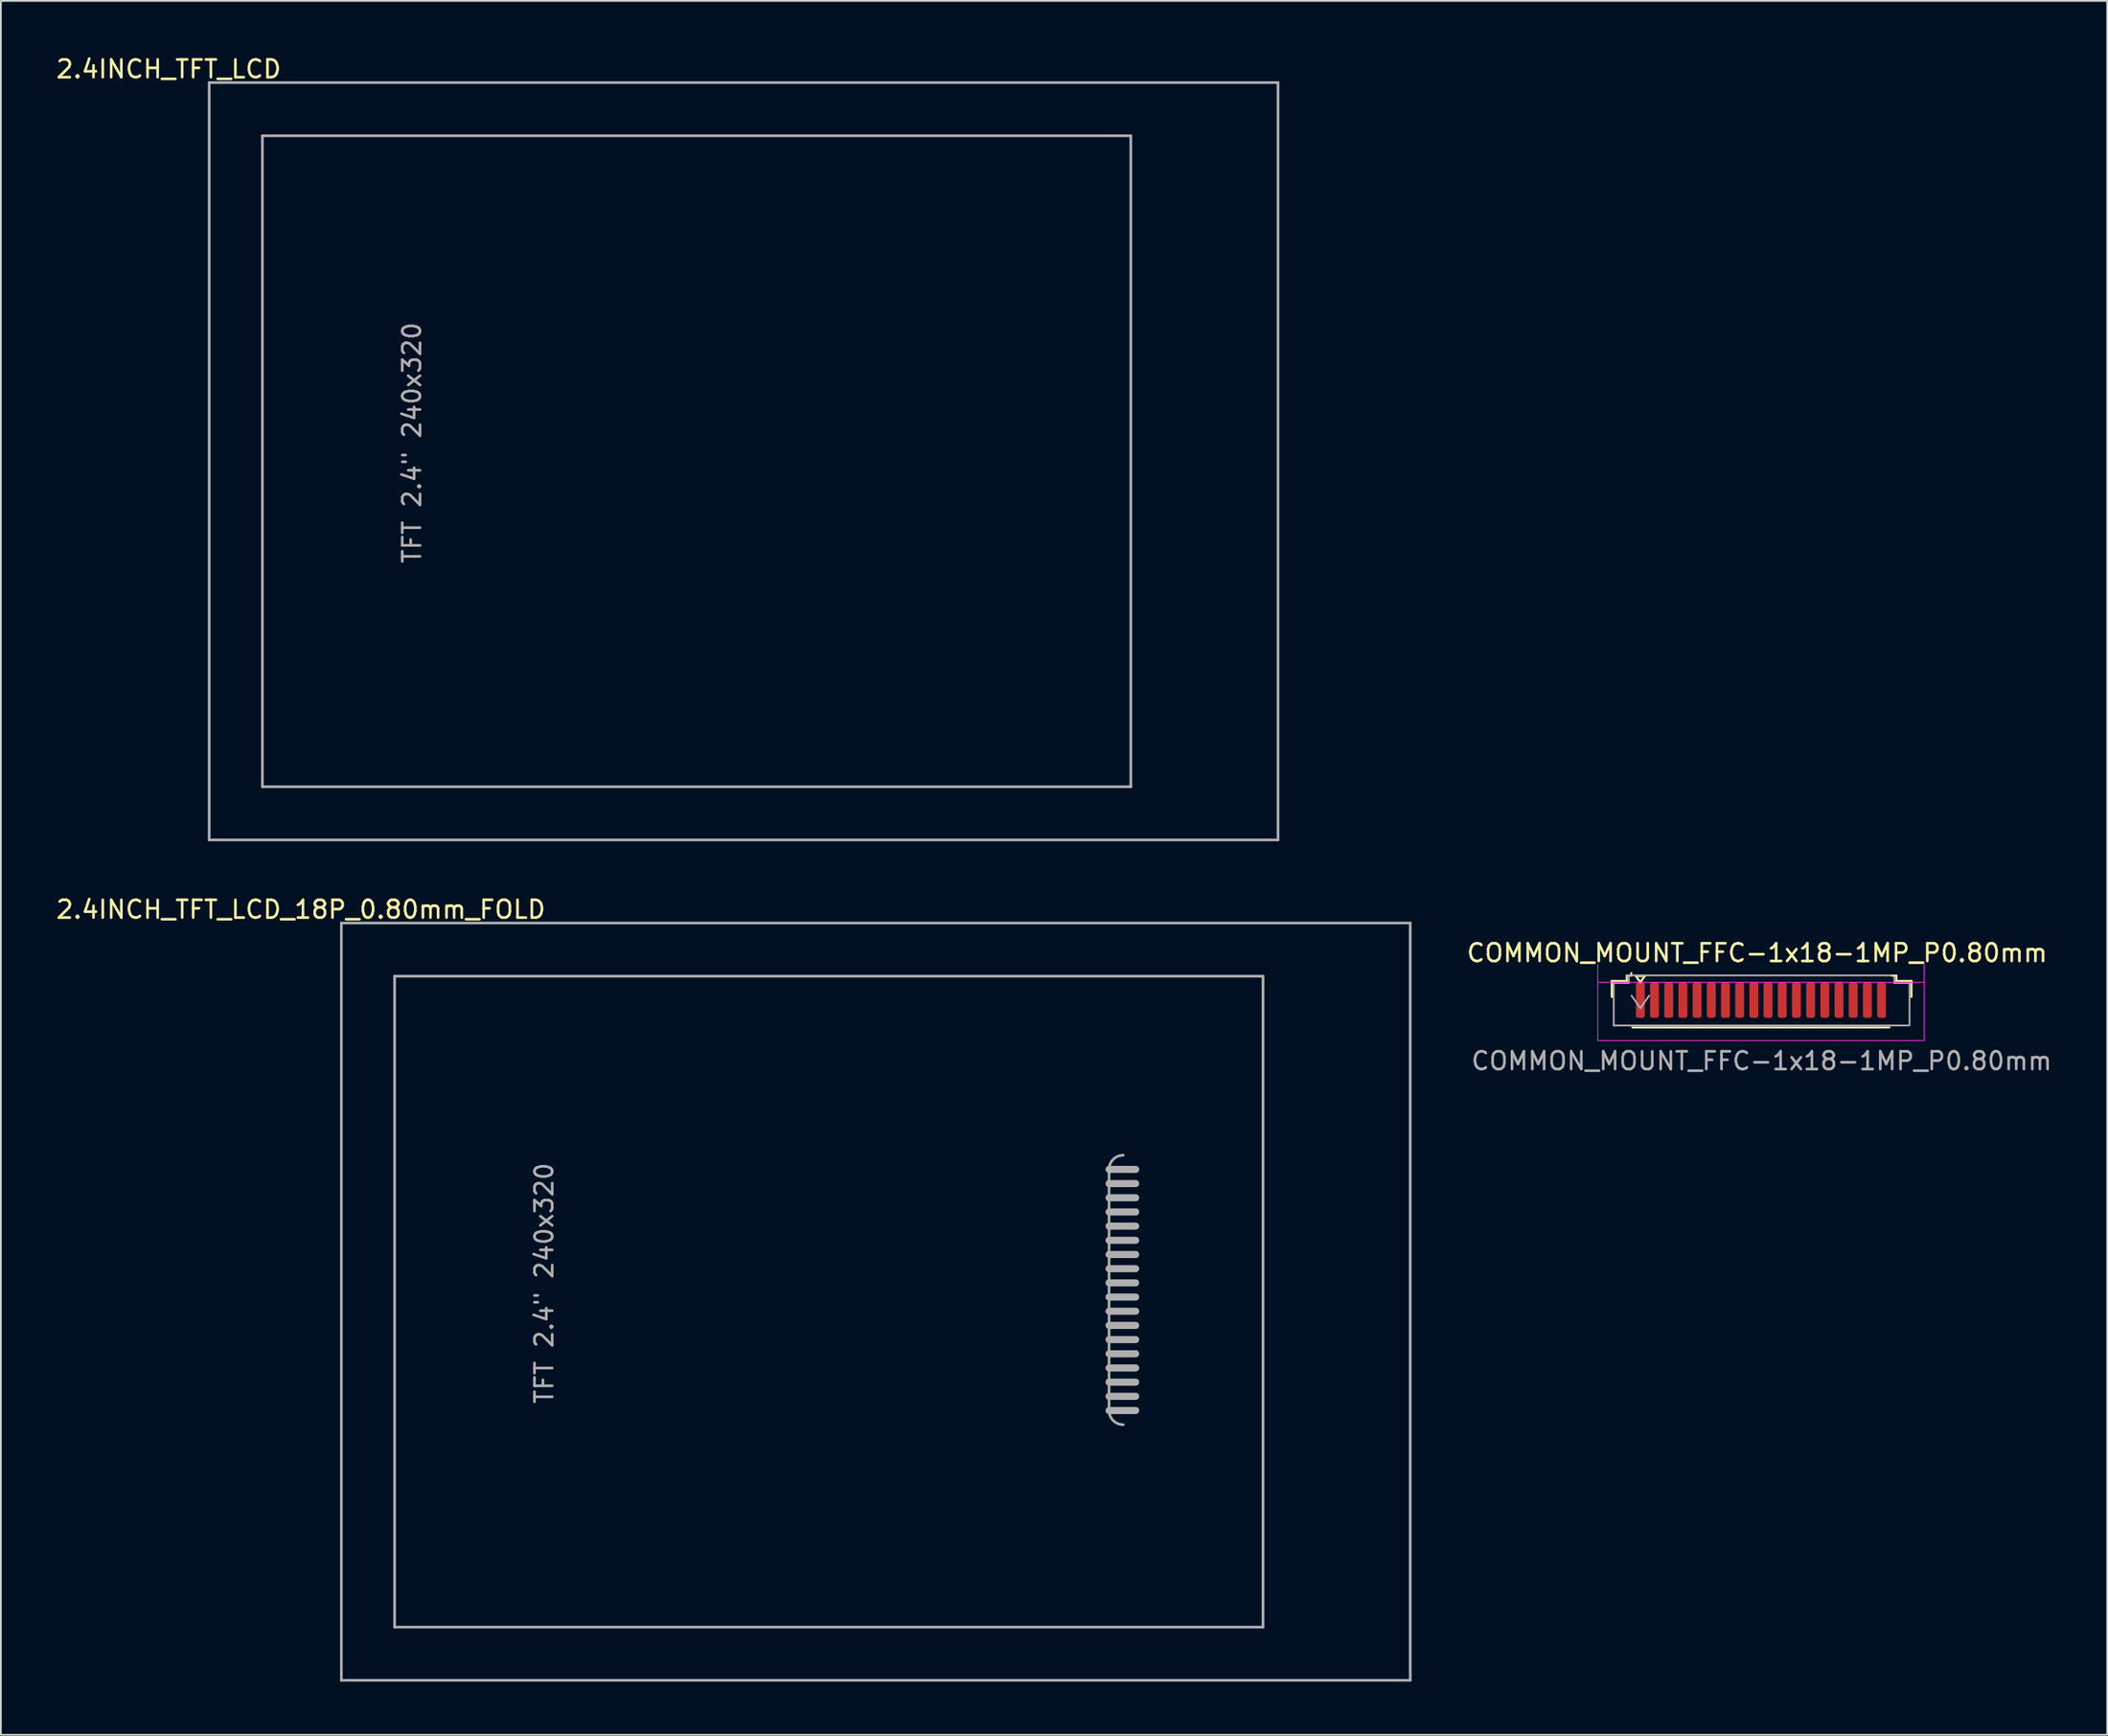
<source format=kicad_pcb>
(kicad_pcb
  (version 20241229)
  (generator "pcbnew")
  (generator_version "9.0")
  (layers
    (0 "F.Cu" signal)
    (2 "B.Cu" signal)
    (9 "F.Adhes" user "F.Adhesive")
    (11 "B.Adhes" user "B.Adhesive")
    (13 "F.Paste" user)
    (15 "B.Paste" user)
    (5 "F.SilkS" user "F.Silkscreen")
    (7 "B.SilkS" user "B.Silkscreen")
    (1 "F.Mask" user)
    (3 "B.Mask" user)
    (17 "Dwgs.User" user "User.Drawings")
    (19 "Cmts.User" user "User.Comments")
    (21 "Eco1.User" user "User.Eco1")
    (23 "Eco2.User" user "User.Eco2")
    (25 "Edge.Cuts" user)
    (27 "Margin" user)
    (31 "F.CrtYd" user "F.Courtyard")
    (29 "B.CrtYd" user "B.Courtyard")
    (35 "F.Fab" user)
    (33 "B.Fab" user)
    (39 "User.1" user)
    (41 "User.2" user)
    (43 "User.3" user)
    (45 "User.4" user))
  (footprint "2.4INCH_TFT_LCD_18P_0.80mm_FOLD"
    (layer "F.Cu")
    (at 16.197 49.016)
    (property "Reference" "2.4INCH_TFT_LCD_18P_0.80mm_FOLD" (at -2.286 -0.762 0) (layer "F.SilkS") (effects (font (size 1 1) (thickness 0.15))))
    (attr through_hole)
    (fp_line (start 0 0) (end 0 42.72) (stroke (width 0.15) (type solid)) (layer "F.Fab"))
    (fp_line (start 0 0) (end 60.26 0) (stroke (width 0.15) (type solid)) (layer "F.Fab"))
    (fp_line (start 0 42.72) (end 60.26 42.72) (stroke (width 0.15) (type solid)) (layer "F.Fab"))
    (fp_line (start 3 3) (end 3 39.72) (stroke (width 0.15) (type solid)) (layer "F.Fab"))
    (fp_line (start 3 3) (end 51.96 3) (stroke (width 0.15) (type solid)) (layer "F.Fab"))
    (fp_line (start 3 39.72) (end 51.96 39.72) (stroke (width 0.15) (type solid)) (layer "F.Fab"))
    (fp_line (start 43.28 13.9) (end 43.28 27.5) (stroke (width 0.15) (type solid)) (layer "F.Fab"))
    (fp_line (start 43.28 13.9) (end 44.78 13.9) (stroke (width 0.4) (type solid)) (layer "F.Fab"))
    (fp_line (start 43.28 14.7) (end 44.78 14.7) (stroke (width 0.4) (type solid)) (layer "F.Fab"))
    (fp_line (start 43.28 15.5) (end 44.78 15.5) (stroke (width 0.4) (type solid)) (layer "F.Fab"))
    (fp_line (start 43.28 16.3) (end 44.78 16.3) (stroke (width 0.4) (type solid)) (layer "F.Fab"))
    (fp_line (start 43.28 17.1) (end 44.78 17.1) (stroke (width 0.4) (type solid)) (layer "F.Fab"))
    (fp_line (start 43.28 17.9) (end 44.78 17.9) (stroke (width 0.4) (type solid)) (layer "F.Fab"))
    (fp_line (start 43.28 18.7) (end 44.78 18.7) (stroke (width 0.4) (type solid)) (layer "F.Fab"))
    (fp_line (start 43.28 19.5) (end 44.78 19.5) (stroke (width 0.4) (type solid)) (layer "F.Fab"))
    (fp_line (start 43.28 20.3) (end 44.78 20.3) (stroke (width 0.4) (type solid)) (layer "F.Fab"))
    (fp_line (start 43.28 21.1) (end 44.78 21.1) (stroke (width 0.4) (type solid)) (layer "F.Fab"))
    (fp_line (start 43.28 21.9) (end 44.78 21.9) (stroke (width 0.4) (type solid)) (layer "F.Fab"))
    (fp_line (start 43.28 22.7) (end 44.78 22.7) (stroke (width 0.4) (type solid)) (layer "F.Fab"))
    (fp_line (start 43.28 23.5) (end 44.78 23.5) (stroke (width 0.4) (type solid)) (layer "F.Fab"))
    (fp_line (start 43.28 24.3) (end 44.78 24.3) (stroke (width 0.4) (type solid)) (layer "F.Fab"))
    (fp_line (start 43.28 25.1) (end 44.78 25.1) (stroke (width 0.4) (type solid)) (layer "F.Fab"))
    (fp_line (start 43.28 25.9) (end 44.78 25.9) (stroke (width 0.4) (type solid)) (layer "F.Fab"))
    (fp_line (start 43.28 26.7) (end 44.78 26.7) (stroke (width 0.4) (type solid)) (layer "F.Fab"))
    (fp_line (start 43.28 27.5) (end 44.78 27.5) (stroke (width 0.4) (type solid)) (layer "F.Fab"))
    (fp_line (start 51.96 3) (end 51.96 39.72) (stroke (width 0.15) (type solid)) (layer "F.Fab"))
    (fp_line (start 60.26 0) (end 60.26 42.72) (stroke (width 0.15) (type solid)) (layer "F.Fab"))
    (fp_arc (start 43.28 13.9) (mid 43.514315 13.334315) (end 44.08 13.1) (stroke (width 0.15) (type solid)) (layer "F.Fab"))
    (fp_arc (start 44.08 28.3) (mid 43.514315 28.065685) (end 43.28 27.5) (stroke (width 0.15) (type solid)) (layer "F.Fab"))
    (fp_text user "TFT 2.4\" 240x320" (at 11.43 20.32 90) (layer "F.Fab") (effects (font (size 1 1) (thickness 0.15)))))
  (footprint "COMMON_MOUNT_FFC-1x18-1MP_P0.80mm"
    (layer "F.Cu")
    (at 94.49 47.655)
    (property "Reference" "COMMON_MOUNT_FFC-1x18-1MP_P0.80mm" (at 1.524 3.048 0) (layer "F.SilkS") (effects (font (size 1 1) (thickness 0.15))))
    (attr through_hole)
    (fp_line (start -6.67 4.632) (end -5.82 4.632) (stroke (width 0.12) (type solid)) (layer "F.SilkS"))
    (fp_line (start -6.67 5.532) (end -6.67 4.632) (stroke (width 0.12) (type solid)) (layer "F.SilkS"))
    (fp_line (start -5.82 4.332) (end -5.57 4.332) (stroke (width 0.12) (type solid)) (layer "F.SilkS"))
    (fp_line (start -5.82 4.632) (end -5.82 4.332) (stroke (width 0.12) (type solid)) (layer "F.SilkS"))
    (fp_line (start -5.57 4.332) (end -5.57 4.192) (stroke (width 0.12) (type solid)) (layer "F.SilkS"))
    (fp_line (start -5.5 7.252) (end 8.98 7.252) (stroke (width 0.12) (type solid)) (layer "F.SilkS"))
    (fp_line (start -5.31 4.354) (end -5.06 4.708) (stroke (width 0.12) (type solid)) (layer "F.SilkS"))
    (fp_line (start -5.06 4.708) (end -4.81 4.354) (stroke (width 0.12) (type solid)) (layer "F.SilkS"))
    (fp_line (start -4.81 4.354) (end -5.31 4.354) (stroke (width 0.12) (type solid)) (layer "F.SilkS"))
    (fp_line (start 9.376 4.332) (end 9.126 4.332) (stroke (width 0.12) (type solid)) (layer "F.SilkS"))
    (fp_line (start 9.376 4.632) (end 9.376 4.332) (stroke (width 0.12) (type solid)) (layer "F.SilkS"))
    (fp_line (start 10.226 4.632) (end 9.376 4.632) (stroke (width 0.12) (type solid)) (layer "F.SilkS"))
    (fp_line (start 10.226 5.532) (end 10.226 4.632) (stroke (width 0.12) (type solid)) (layer "F.SilkS"))
    (fp_line (start -7.46 3.692) (end -7.46 7.992) (stroke (width 0.05) (type solid)) (layer "F.CrtYd"))
    (fp_line (start -7.46 7.992) (end 10.94 7.992) (stroke (width 0.05) (type solid)) (layer "F.CrtYd"))
    (fp_line (start 10.94 4.708) (end -7.46 4.708) (stroke (width 0.05) (type solid)) (layer "F.CrtYd"))
    (fp_line (start 10.94 7.992) (end 10.94 3.692) (stroke (width 0.05) (type solid)) (layer "F.CrtYd"))
    (fp_line (start -6.56 4.742) (end -6.56 7.142) (stroke (width 0.1) (type solid)) (layer "F.Fab"))
    (fp_line (start -6.56 4.742) (end -5.71 4.742) (stroke (width 0.1) (type solid)) (layer "F.Fab"))
    (fp_line (start -6.56 7.142) (end 10.04 7.142) (stroke (width 0.1) (type solid)) (layer "F.Fab"))
    (fp_line (start -5.832 4.318) (end 9.068 4.318) (stroke (width 0.1) (type solid)) (layer "F.Fab"))
    (fp_line (start -5.71 4.742) (end -5.71 4.442) (stroke (width 0.1) (type solid)) (layer "F.Fab"))
    (fp_line (start -5.56 5.458) (end -5.06 6.165) (stroke (width 0.1) (type solid)) (layer "F.Fab"))
    (fp_line (start -5.06 6.165) (end -4.56 5.458) (stroke (width 0.1) (type solid)) (layer "F.Fab"))
    (fp_line (start 9.266 4.442) (end 9.266 4.742) (stroke (width 0.1) (type solid)) (layer "F.Fab"))
    (fp_line (start 9.266 4.742) (end 10.116 4.742) (stroke (width 0.1) (type solid)) (layer "F.Fab"))
    (fp_line (start 10.116 4.742) (end 10.116 7.142) (stroke (width 0.1) (type solid)) (layer "F.Fab"))
    (fp_text user "${REFERENCE}" (at 1.778 9.144 0) (layer "F.Fab") (effects (font (size 1 1) (thickness 0.15))))
    (pad "1" smd roundrect (at -5.06 5.708) (size 0.5 2) (layers "F.Cu" "F.Mask" "F.Paste") (roundrect_rratio 0.25))
    (pad "2" smd roundrect (at -4.26 5.708) (size 0.5 2) (layers "F.Cu" "F.Mask" "F.Paste") (roundrect_rratio 0.25))
    (pad "3" smd roundrect (at -3.46 5.708) (size 0.5 2) (layers "F.Cu" "F.Mask" "F.Paste") (roundrect_rratio 0.25))
    (pad "4" smd roundrect (at -2.66 5.708) (size 0.5 2) (layers "F.Cu" "F.Mask" "F.Paste") (roundrect_rratio 0.25))
    (pad "5" smd roundrect (at -1.86 5.708) (size 0.5 2) (layers "F.Cu" "F.Mask" "F.Paste") (roundrect_rratio 0.25))
    (pad "6" smd roundrect (at -1.06 5.708) (size 0.5 2) (layers "F.Cu" "F.Mask" "F.Paste") (roundrect_rratio 0.25))
    (pad "7" smd roundrect (at -0.26 5.708) (size 0.5 2) (layers "F.Cu" "F.Mask" "F.Paste") (roundrect_rratio 0.25))
    (pad "8" smd roundrect (at 0.54 5.708) (size 0.5 2) (layers "F.Cu" "F.Mask" "F.Paste") (roundrect_rratio 0.25))
    (pad "9" smd roundrect (at 1.34 5.708) (size 0.5 2) (layers "F.Cu" "F.Mask" "F.Paste") (roundrect_rratio 0.25))
    (pad "10" smd roundrect (at 2.14 5.708) (size 0.5 2) (layers "F.Cu" "F.Mask" "F.Paste") (roundrect_rratio 0.25))
    (pad "11" smd roundrect (at 2.94 5.708) (size 0.5 2) (layers "F.Cu" "F.Mask" "F.Paste") (roundrect_rratio 0.25))
    (pad "12" smd roundrect (at 3.74 5.708) (size 0.5 2) (layers "F.Cu" "F.Mask" "F.Paste") (roundrect_rratio 0.25))
    (pad "13" smd roundrect (at 4.54 5.708) (size 0.5 2) (layers "F.Cu" "F.Mask" "F.Paste") (roundrect_rratio 0.25))
    (pad "14" smd roundrect (at 5.34 5.708) (size 0.5 2) (layers "F.Cu" "F.Mask" "F.Paste") (roundrect_rratio 0.25))
    (pad "15" smd roundrect (at 6.14 5.708) (size 0.5 2) (layers "F.Cu" "F.Mask" "F.Paste") (roundrect_rratio 0.25))
    (pad "16" smd roundrect (at 6.94 5.708) (size 0.5 2) (layers "F.Cu" "F.Mask" "F.Paste") (roundrect_rratio 0.25))
    (pad "17" smd roundrect (at 7.74 5.708) (size 0.5 2) (layers "F.Cu" "F.Mask" "F.Paste") (roundrect_rratio 0.25))
    (pad "18" smd roundrect (at 8.54 5.708) (size 0.5 2) (layers "F.Cu" "F.Mask" "F.Paste") (roundrect_rratio 0.25)))
  (footprint "2.4INCH_TFT_LCD"
    (layer "F.Cu")
    (at 8.744 1.61)
    (property "Reference" "2.4INCH_TFT_LCD" (at -2.286 -0.762 0) (layer "F.SilkS") (effects (font (size 1 1) (thickness 0.15))))
    (attr through_hole)
    (fp_line (start 0 0) (end 0 42.72) (stroke (width 0.15) (type solid)) (layer "F.Fab"))
    (fp_line (start 0 0) (end 60.26 0) (stroke (width 0.15) (type solid)) (layer "F.Fab"))
    (fp_line (start 0 42.72) (end 60.26 42.72) (stroke (width 0.15) (type solid)) (layer "F.Fab"))
    (fp_line (start 3 3) (end 3 39.72) (stroke (width 0.15) (type solid)) (layer "F.Fab"))
    (fp_line (start 3 3) (end 51.96 3) (stroke (width 0.15) (type solid)) (layer "F.Fab"))
    (fp_line (start 3 39.72) (end 51.96 39.72) (stroke (width 0.15) (type solid)) (layer "F.Fab"))
    (fp_line (start 51.96 3) (end 51.96 39.72) (stroke (width 0.15) (type solid)) (layer "F.Fab"))
    (fp_line (start 60.26 0) (end 60.26 42.72) (stroke (width 0.15) (type solid)) (layer "F.Fab"))
    (fp_text user "TFT 2.4\" 240x320" (at 11.43 20.32 90) (layer "F.Fab") (effects (font (size 1 1) (thickness 0.15)))))
  (gr_rect
    (start -3 -3)
    (end 115.75 94.811)
    (stroke (width 0.1) (type default))
    (fill no)
    (layer "Edge.Cuts")))
</source>
